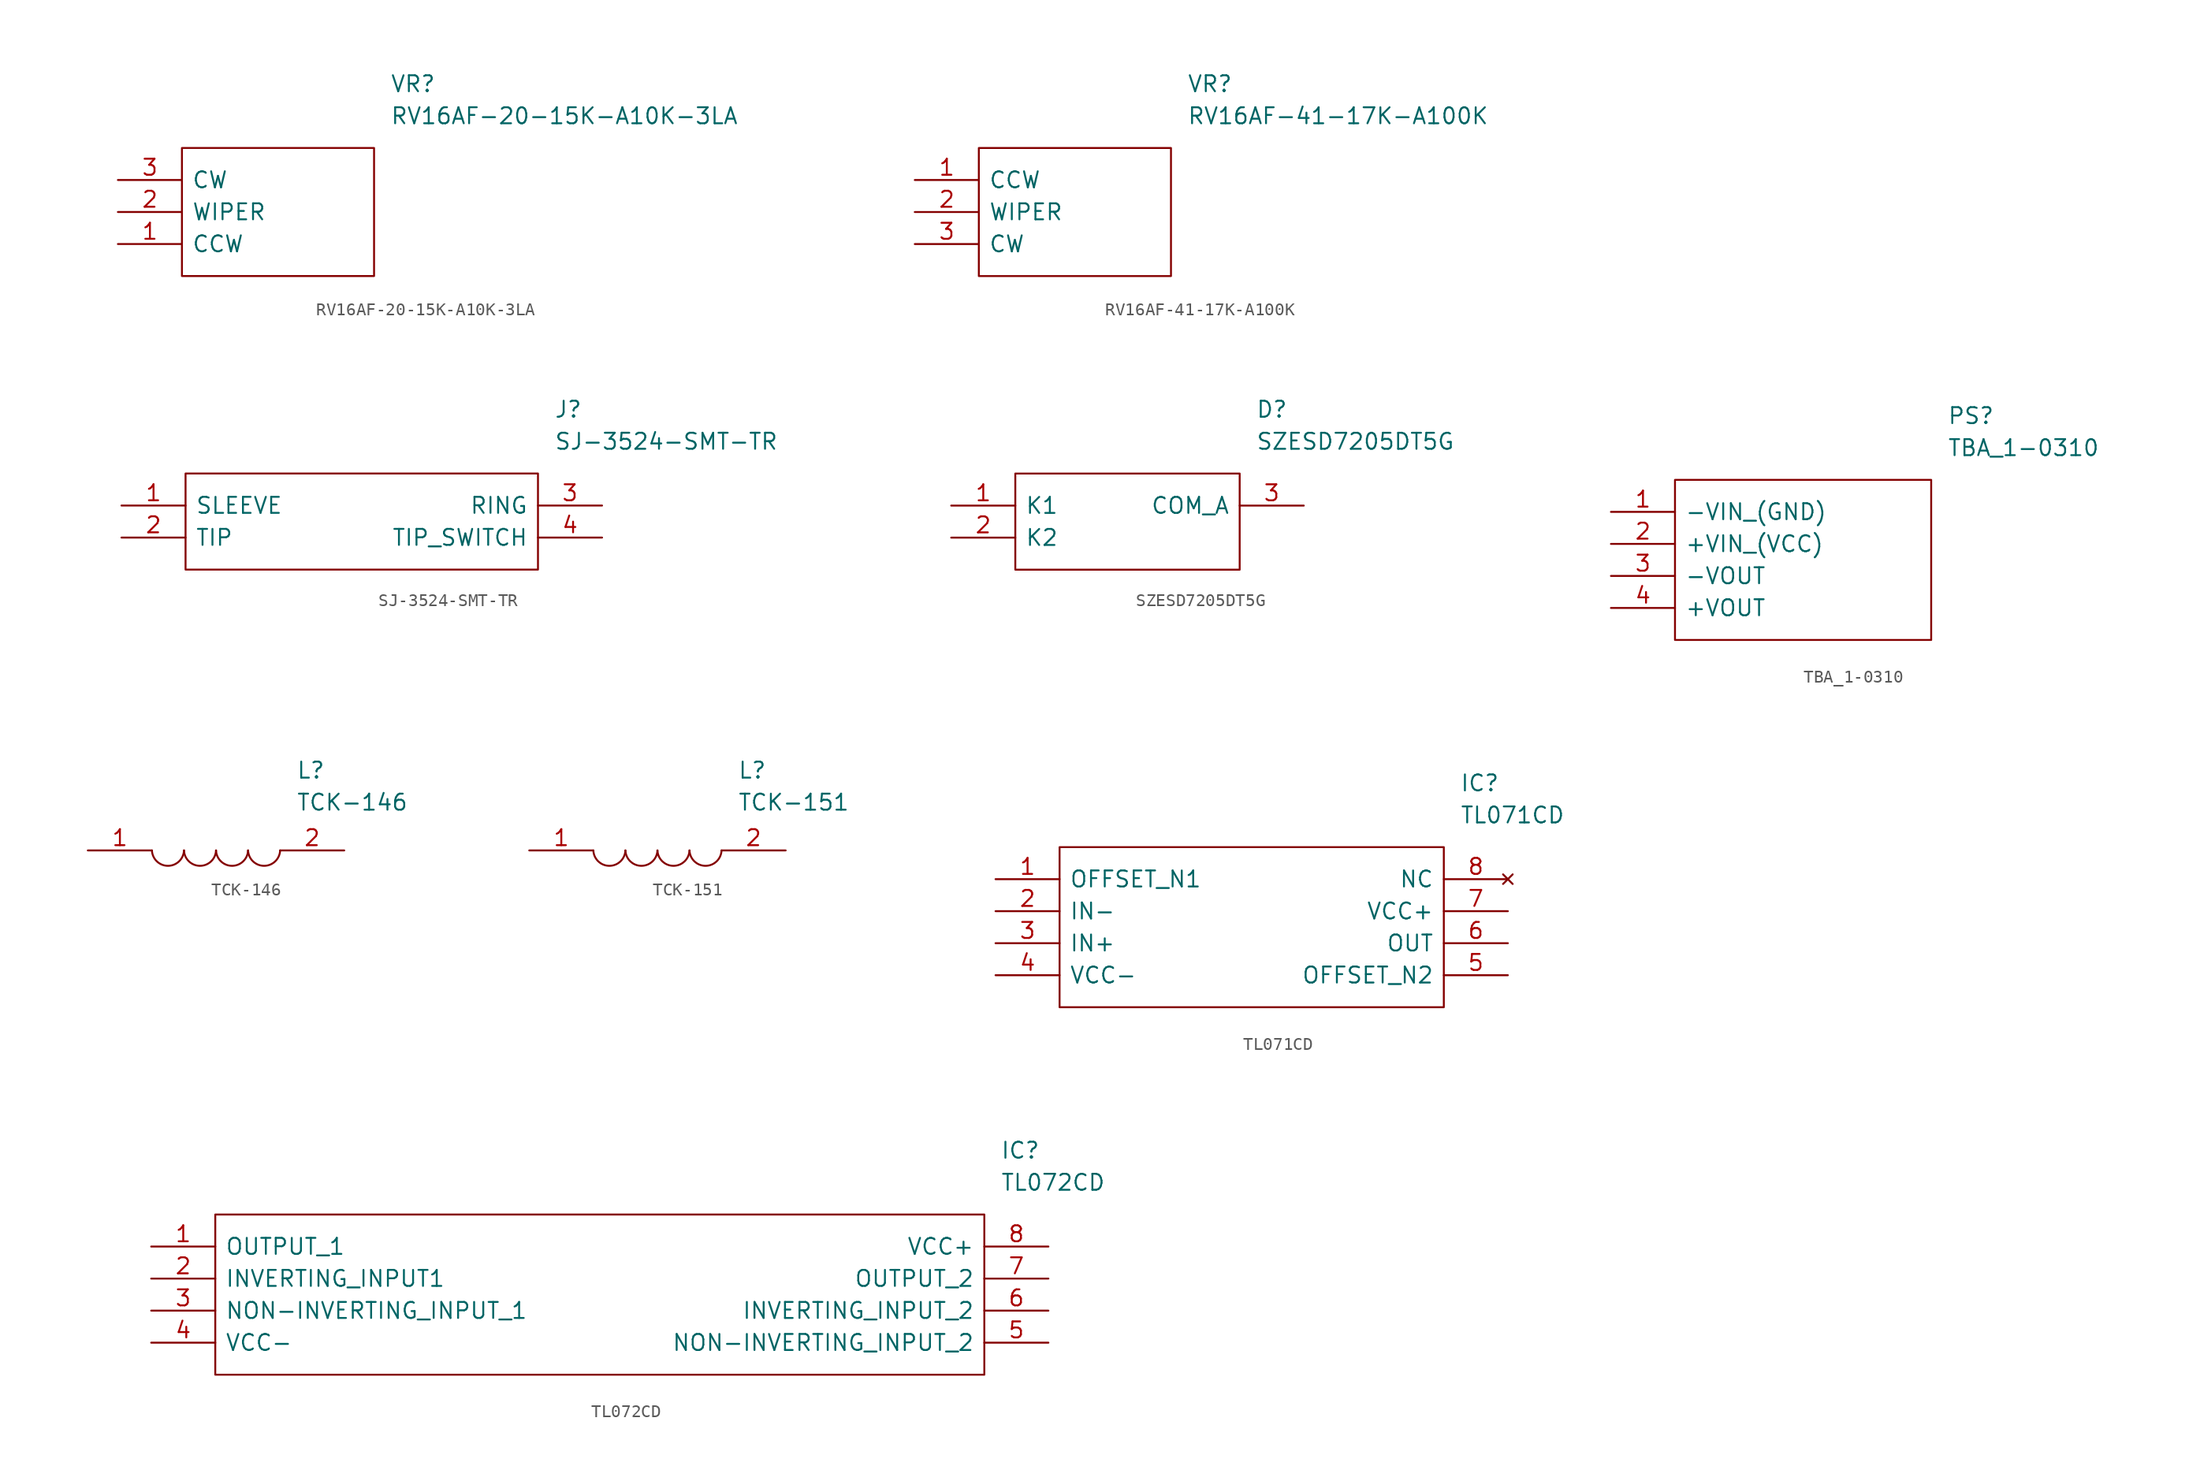
<source format=kicad_sym>
(kicad_symbol_lib
  (version 20211014)
  (generator kicad_symbol_editor)
  (symbol "RV16AF-20-15K-A10K-3LA"
    (pin_names
      (offset 0.762))
    (property "Reference" "VR"
      (at 21.59 7.62 0)
      (effects (font (size 1.27 1.27)) (justify left)))
    (property "Value" "RV16AF-20-15K-A10K-3LA"
      (at 21.59 5.08 0)
      (effects (font (size 1.27 1.27)) (justify left)))
    (symbol "RV16AF-20-15K-A10K-3LA_0_0"
      (pin passive line (at 0 -5.08 0) (length 5.08) (name "CCW" (effects (font (size 1.27 1.27)))) (number "1" (effects (font (size 1.27 1.27)))))
      (pin passive line (at 0 -2.54 0) (length 5.08) (name "WIPER" (effects (font (size 1.27 1.27)))) (number "2" (effects (font (size 1.27 1.27)))))
      (pin passive line (at 0 0 0) (length 5.08) (name "CW" (effects (font (size 1.27 1.27)))) (number "3" (effects (font (size 1.27 1.27))))))
    (symbol "RV16AF-20-15K-A10K-3LA_0_1"
      (polyline (pts (xy 5.08 2.54) (xy 20.32 2.54) (xy 20.32 -7.62) (xy 5.08 -7.62) (xy 5.08 2.54)) (stroke (width 0.152) (type default) (color 0 0 0 0)) (fill (type none)))))
  (symbol "RV16AF-41-17K-A100K"
    (pin_names
      (offset 0.762))
    (property "Reference" "VR"
      (at 21.59 7.62 0)
      (effects (font (size 1.27 1.27)) (justify left)))
    (property "Value" "RV16AF-41-17K-A100K"
      (at 21.59 5.08 0)
      (effects (font (size 1.27 1.27)) (justify left)))
    (symbol "RV16AF-41-17K-A100K_0_0"
      (pin passive line (at 0 0 0) (length 5.08) (name "CCW" (effects (font (size 1.27 1.27)))) (number "1" (effects (font (size 1.27 1.27)))))
      (pin passive line (at 0 -2.54 0) (length 5.08) (name "WIPER" (effects (font (size 1.27 1.27)))) (number "2" (effects (font (size 1.27 1.27)))))
      (pin passive line (at 0 -5.08 0) (length 5.08) (name "CW" (effects (font (size 1.27 1.27)))) (number "3" (effects (font (size 1.27 1.27))))))
    (symbol "RV16AF-41-17K-A100K_0_1"
      (polyline (pts (xy 5.08 2.54) (xy 20.32 2.54) (xy 20.32 -7.62) (xy 5.08 -7.62) (xy 5.08 2.54)) (stroke (width 0.152) (type default) (color 0 0 0 0)) (fill (type none)))))
  (symbol "SJ-3524-SMT-TR"
    (pin_names
      (offset 0.762))
    (property "Reference" "J"
      (at 34.29 7.62 0)
      (effects (font (size 1.27 1.27)) (justify left)))
    (property "Value" "SJ-3524-SMT-TR"
      (at 34.29 5.08 0)
      (effects (font (size 1.27 1.27)) (justify left)))
    (symbol "SJ-3524-SMT-TR_0_0"
      (pin passive line (at 0 0 0) (length 5.08) (name "SLEEVE" (effects (font (size 1.27 1.27)))) (number "1" (effects (font (size 1.27 1.27)))))
      (pin passive line (at 0 -2.54 0) (length 5.08) (name "TIP" (effects (font (size 1.27 1.27)))) (number "2" (effects (font (size 1.27 1.27)))))
      (pin passive line (at 38.1 0 180) (length 5.08) (name "RING" (effects (font (size 1.27 1.27)))) (number "3" (effects (font (size 1.27 1.27)))))
      (pin passive line (at 38.1 -2.54 180) (length 5.08) (name "TIP_SWITCH" (effects (font (size 1.27 1.27)))) (number "4" (effects (font (size 1.27 1.27))))))
    (symbol "SJ-3524-SMT-TR_0_1"
      (polyline (pts (xy 5.08 2.54) (xy 33.02 2.54) (xy 33.02 -5.08) (xy 5.08 -5.08) (xy 5.08 2.54)) (stroke (width 0.152) (type default) (color 0 0 0 0)) (fill (type none)))))
  (symbol "SZESD7205DT5G"
    (pin_names
      (offset 0.762))
    (property "Reference" "D"
      (at 24.13 7.62 0)
      (effects (font (size 1.27 1.27)) (justify left)))
    (property "Value" "SZESD7205DT5G"
      (at 24.13 5.08 0)
      (effects (font (size 1.27 1.27)) (justify left)))
    (symbol "SZESD7205DT5G_0_0"
      (pin passive line (at 0 0 0) (length 5.08) (name "K1" (effects (font (size 1.27 1.27)))) (number "1" (effects (font (size 1.27 1.27)))))
      (pin passive line (at 0 -2.54 0) (length 5.08) (name "K2" (effects (font (size 1.27 1.27)))) (number "2" (effects (font (size 1.27 1.27)))))
      (pin passive line (at 27.94 0 180) (length 5.08) (name "COM_A" (effects (font (size 1.27 1.27)))) (number "3" (effects (font (size 1.27 1.27))))))
    (symbol "SZESD7205DT5G_0_1"
      (polyline (pts (xy 5.08 2.54) (xy 22.86 2.54) (xy 22.86 -5.08) (xy 5.08 -5.08) (xy 5.08 2.54)) (stroke (width 0.152) (type default) (color 0 0 0 0)) (fill (type none)))))
  (symbol "TBA_1-0310"
    (pin_names
      (offset 0.762))
    (property "Reference" "PS"
      (at 26.67 7.62 0)
      (effects (font (size 1.27 1.27)) (justify left)))
    (property "Value" "TBA_1-0310"
      (at 26.67 5.08 0)
      (effects (font (size 1.27 1.27)) (justify left)))
    (symbol "TBA_1-0310_0_0"
      (pin passive line (at 0 0 0) (length 5.08) (name "-VIN_(GND)" (effects (font (size 1.27 1.27)))) (number "1" (effects (font (size 1.27 1.27)))))
      (pin passive line (at 0 -2.54 0) (length 5.08) (name "+VIN_(VCC)" (effects (font (size 1.27 1.27)))) (number "2" (effects (font (size 1.27 1.27)))))
      (pin passive line (at 0 -5.08 0) (length 5.08) (name "-VOUT" (effects (font (size 1.27 1.27)))) (number "3" (effects (font (size 1.27 1.27)))))
      (pin passive line (at 0 -7.62 0) (length 5.08) (name "+VOUT" (effects (font (size 1.27 1.27)))) (number "4" (effects (font (size 1.27 1.27))))))
    (symbol "TBA_1-0310_0_1"
      (polyline (pts (xy 5.08 2.54) (xy 25.4 2.54) (xy 25.4 -10.16) (xy 5.08 -10.16) (xy 5.08 2.54)) (stroke (width 0.152) (type default) (color 0 0 0 0)) (fill (type none)))))
  (symbol "TCK-146"
    (pin_names
      (offset 0.762))
    (property "Reference" "L"
      (at 16.51 6.35 0)
      (effects (font (size 1.27 1.27)) (justify left)))
    (property "Value" "TCK-146"
      (at 16.51 3.81 0)
      (effects (font (size 1.27 1.27)) (justify left)))
    (symbol "TCK-146_0_0"
      (pin passive line (at 0 0 0) (length 5.08) (name "~" (effects (font (size 1.27 1.27)))) (number "1" (effects (font (size 1.27 1.27)))))
      (pin passive line (at 20.32 0 180) (length 5.08) (name "~" (effects (font (size 1.27 1.27)))) (number "2" (effects (font (size 1.27 1.27))))))
    (symbol "TCK-146_0_1"
      (arc (start 5.08 0) (mid 6.35 -1.3218) (end 7.62 0) (stroke (width 0.1524) (type default) (color 0 0 0 0)) (fill (type none)))
      (arc (start 7.62 0) (mid 8.89 -1.3218) (end 10.16 0) (stroke (width 0.1524) (type default) (color 0 0 0 0)) (fill (type none)))
      (arc (start 10.16 0) (mid 11.43 -1.3218) (end 12.7 0) (stroke (width 0.1524) (type default) (color 0 0 0 0)) (fill (type none)))
      (arc (start 12.7 0) (mid 13.97 -1.3218) (end 15.24 0) (stroke (width 0.1524) (type default) (color 0 0 0 0)) (fill (type none)))))
  (symbol "TCK-151"
    (pin_names
      (offset 0.762))
    (property "Reference" "L"
      (at 16.51 6.35 0)
      (effects (font (size 1.27 1.27)) (justify left)))
    (property "Value" "TCK-151"
      (at 16.51 3.81 0)
      (effects (font (size 1.27 1.27)) (justify left)))
    (symbol "TCK-151_0_0"
      (pin passive line (at 0 0 0) (length 5.08) (name "~" (effects (font (size 1.27 1.27)))) (number "1" (effects (font (size 1.27 1.27)))))
      (pin passive line (at 20.32 0 180) (length 5.08) (name "~" (effects (font (size 1.27 1.27)))) (number "2" (effects (font (size 1.27 1.27))))))
    (symbol "TCK-151_0_1"
      (arc (start 5.08 0) (mid 6.35 -1.3218) (end 7.62 0) (stroke (width 0.1524) (type default) (color 0 0 0 0)) (fill (type none)))
      (arc (start 7.62 0) (mid 8.89 -1.3218) (end 10.16 0) (stroke (width 0.1524) (type default) (color 0 0 0 0)) (fill (type none)))
      (arc (start 10.16 0) (mid 11.43 -1.3218) (end 12.7 0) (stroke (width 0.1524) (type default) (color 0 0 0 0)) (fill (type none)))
      (arc (start 12.7 0) (mid 13.97 -1.3218) (end 15.24 0) (stroke (width 0.1524) (type default) (color 0 0 0 0)) (fill (type none)))))
  (symbol "TL071CD"
    (pin_names
      (offset 0.762))
    (property "Reference" "IC"
      (at 36.83 7.62 0)
      (effects (font (size 1.27 1.27)) (justify left)))
    (property "Value" "TL071CD"
      (at 36.83 5.08 0)
      (effects (font (size 1.27 1.27)) (justify left)))
    (symbol "TL071CD_0_0"
      (pin passive line (at 0 0 0) (length 5.08) (name "OFFSET_N1" (effects (font (size 1.27 1.27)))) (number "1" (effects (font (size 1.27 1.27)))))
      (pin passive line (at 0 -2.54 0) (length 5.08) (name "IN-" (effects (font (size 1.27 1.27)))) (number "2" (effects (font (size 1.27 1.27)))))
      (pin passive line (at 0 -5.08 0) (length 5.08) (name "IN+" (effects (font (size 1.27 1.27)))) (number "3" (effects (font (size 1.27 1.27)))))
      (pin passive line (at 0 -7.62 0) (length 5.08) (name "VCC-" (effects (font (size 1.27 1.27)))) (number "4" (effects (font (size 1.27 1.27)))))
      (pin passive line (at 40.64 -7.62 180) (length 5.08) (name "OFFSET_N2" (effects (font (size 1.27 1.27)))) (number "5" (effects (font (size 1.27 1.27)))))
      (pin passive line (at 40.64 -5.08 180) (length 5.08) (name "OUT" (effects (font (size 1.27 1.27)))) (number "6" (effects (font (size 1.27 1.27)))))
      (pin passive line (at 40.64 -2.54 180) (length 5.08) (name "VCC+" (effects (font (size 1.27 1.27)))) (number "7" (effects (font (size 1.27 1.27)))))
      (pin no_connect line (at 40.64 0 180) (length 5.08) (name "NC" (effects (font (size 1.27 1.27)))) (number "8" (effects (font (size 1.27 1.27))))))
    (symbol "TL071CD_0_1"
      (polyline (pts (xy 5.08 2.54) (xy 35.56 2.54) (xy 35.56 -10.16) (xy 5.08 -10.16) (xy 5.08 2.54)) (stroke (width 0.152) (type default) (color 0 0 0 0)) (fill (type none)))))
  (symbol "TL072CD"
    (pin_names
      (offset 0.762))
    (property "Reference" "IC"
      (at 67.31 7.62 0)
      (effects (font (size 1.27 1.27)) (justify left)))
    (property "Value" "TL072CD"
      (at 67.31 5.08 0)
      (effects (font (size 1.27 1.27)) (justify left)))
    (symbol "TL072CD_0_0"
      (pin passive line (at 0 0 0) (length 5.08) (name "OUTPUT_1" (effects (font (size 1.27 1.27)))) (number "1" (effects (font (size 1.27 1.27)))))
      (pin passive line (at 0 -2.54 0) (length 5.08) (name "INVERTING_INPUT1" (effects (font (size 1.27 1.27)))) (number "2" (effects (font (size 1.27 1.27)))))
      (pin passive line (at 0 -5.08 0) (length 5.08) (name "NON-INVERTING_INPUT_1" (effects (font (size 1.27 1.27)))) (number "3" (effects (font (size 1.27 1.27)))))
      (pin passive line (at 0 -7.62 0) (length 5.08) (name "VCC-" (effects (font (size 1.27 1.27)))) (number "4" (effects (font (size 1.27 1.27)))))
      (pin passive line (at 71.12 -7.62 180) (length 5.08) (name "NON-INVERTING_INPUT_2" (effects (font (size 1.27 1.27)))) (number "5" (effects (font (size 1.27 1.27)))))
      (pin passive line (at 71.12 -5.08 180) (length 5.08) (name "INVERTING_INPUT_2" (effects (font (size 1.27 1.27)))) (number "6" (effects (font (size 1.27 1.27)))))
      (pin passive line (at 71.12 -2.54 180) (length 5.08) (name "OUTPUT_2" (effects (font (size 1.27 1.27)))) (number "7" (effects (font (size 1.27 1.27)))))
      (pin passive line (at 71.12 0 180) (length 5.08) (name "VCC+" (effects (font (size 1.27 1.27)))) (number "8" (effects (font (size 1.27 1.27))))))
    (symbol "TL072CD_0_1"
      (polyline (pts (xy 5.08 2.54) (xy 66.04 2.54) (xy 66.04 -10.16) (xy 5.08 -10.16) (xy 5.08 2.54)) (stroke (width 0.152) (type default) (color 0 0 0 0)) (fill (type none))))))
</source>
